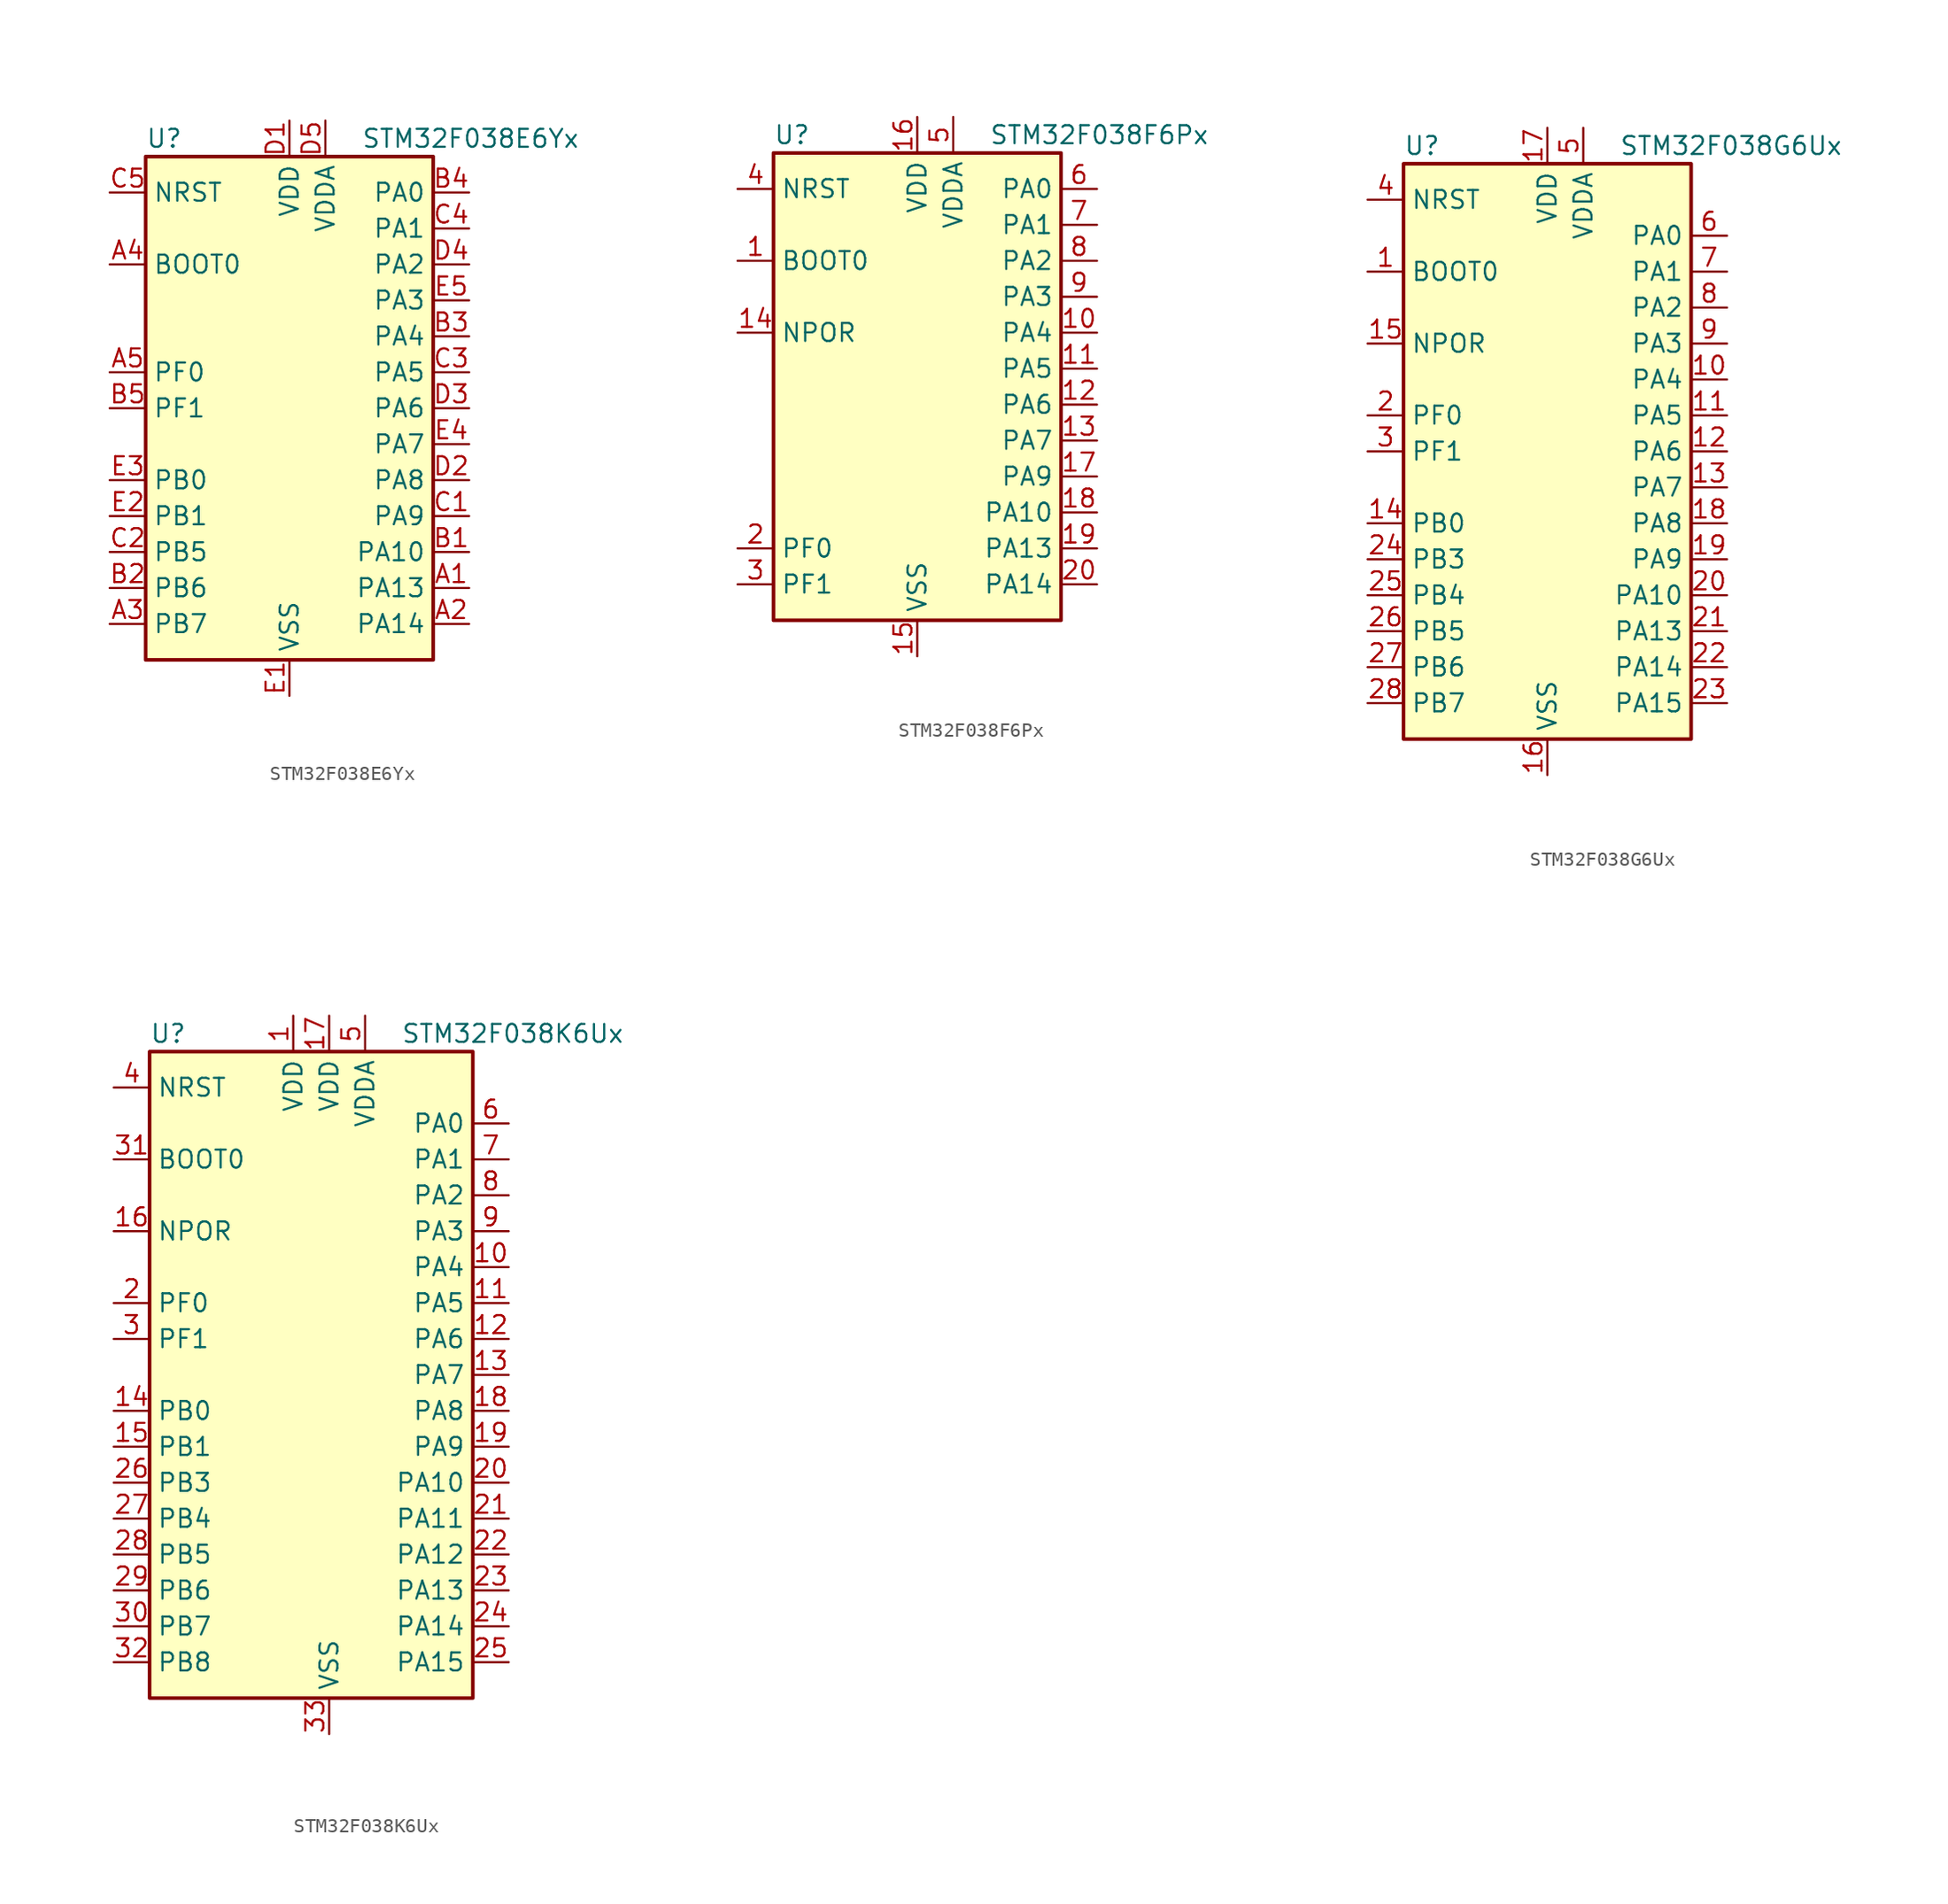
<source format=kicad_sym>
(kicad_symbol_lib
  (version 20201005)
  (generator kicad_symbol_editor)
  (symbol "STM32F038E6Yx"
    (property "Reference" "U"
      (at -10.16 19.05 0)
      (effects (font (size 1.27 1.27)) (justify left)))
    (property "Value" "STM32F038E6Yx"
      (at 5.08 19.05 0)
      (effects (font (size 1.27 1.27)) (justify left)))
    (symbol "STM32F038E6Yx_0_1"
      (rectangle (start -10.16 -17.78) (end 10.16 17.78) (stroke (width 0.254)) (fill (type background))))
    (symbol "STM32F038E6Yx_1_1"
      (pin bidirectional line (at 12.7 -12.7 180) (length 2.54) (name "PA13" (effects (font (size 1.27 1.27)))) (number "A1" (effects (font (size 1.27 1.27)))))
      (pin bidirectional line (at 12.7 -15.24 180) (length 2.54) (name "PA14" (effects (font (size 1.27 1.27)))) (number "A2" (effects (font (size 1.27 1.27)))))
      (pin bidirectional line (at -12.7 -15.24 0) (length 2.54) (name "PB7" (effects (font (size 1.27 1.27)))) (number "A3" (effects (font (size 1.27 1.27)))))
      (pin input line (at -12.7 10.16 0) (length 2.54) (name "BOOT0" (effects (font (size 1.27 1.27)))) (number "A4" (effects (font (size 1.27 1.27)))))
      (pin input line (at -12.7 2.54 0) (length 2.54) (name "PF0" (effects (font (size 1.27 1.27)))) (number "A5" (effects (font (size 1.27 1.27)))))
      (pin bidirectional line (at 12.7 -10.16 180) (length 2.54) (name "PA10" (effects (font (size 1.27 1.27)))) (number "B1" (effects (font (size 1.27 1.27)))))
      (pin bidirectional line (at -12.7 -12.7 0) (length 2.54) (name "PB6" (effects (font (size 1.27 1.27)))) (number "B2" (effects (font (size 1.27 1.27)))))
      (pin bidirectional line (at 12.7 5.08 180) (length 2.54) (name "PA4" (effects (font (size 1.27 1.27)))) (number "B3" (effects (font (size 1.27 1.27)))))
      (pin bidirectional line (at 12.7 15.24 180) (length 2.54) (name "PA0" (effects (font (size 1.27 1.27)))) (number "B4" (effects (font (size 1.27 1.27)))))
      (pin input line (at -12.7 0 0) (length 2.54) (name "PF1" (effects (font (size 1.27 1.27)))) (number "B5" (effects (font (size 1.27 1.27)))))
      (pin bidirectional line (at 12.7 -7.62 180) (length 2.54) (name "PA9" (effects (font (size 1.27 1.27)))) (number "C1" (effects (font (size 1.27 1.27)))))
      (pin bidirectional line (at -12.7 -10.16 0) (length 2.54) (name "PB5" (effects (font (size 1.27 1.27)))) (number "C2" (effects (font (size 1.27 1.27)))))
      (pin bidirectional line (at 12.7 2.54 180) (length 2.54) (name "PA5" (effects (font (size 1.27 1.27)))) (number "C3" (effects (font (size 1.27 1.27)))))
      (pin bidirectional line (at 12.7 12.7 180) (length 2.54) (name "PA1" (effects (font (size 1.27 1.27)))) (number "C4" (effects (font (size 1.27 1.27)))))
      (pin input line (at -12.7 15.24 0) (length 2.54) (name "NRST" (effects (font (size 1.27 1.27)))) (number "C5" (effects (font (size 1.27 1.27)))))
      (pin power_in line (at 0 20.32 270) (length 2.54) (name "VDD" (effects (font (size 1.27 1.27)))) (number "D1" (effects (font (size 1.27 1.27)))))
      (pin bidirectional line (at 12.7 -5.08 180) (length 2.54) (name "PA8" (effects (font (size 1.27 1.27)))) (number "D2" (effects (font (size 1.27 1.27)))))
      (pin bidirectional line (at 12.7 0 180) (length 2.54) (name "PA6" (effects (font (size 1.27 1.27)))) (number "D3" (effects (font (size 1.27 1.27)))))
      (pin bidirectional line (at 12.7 10.16 180) (length 2.54) (name "PA2" (effects (font (size 1.27 1.27)))) (number "D4" (effects (font (size 1.27 1.27)))))
      (pin power_in line (at 2.54 20.32 270) (length 2.54) (name "VDDA" (effects (font (size 1.27 1.27)))) (number "D5" (effects (font (size 1.27 1.27)))))
      (pin power_in line (at 0 -20.32 90) (length 2.54) (name "VSS" (effects (font (size 1.27 1.27)))) (number "E1" (effects (font (size 1.27 1.27)))))
      (pin bidirectional line (at -12.7 -7.62 0) (length 2.54) (name "PB1" (effects (font (size 1.27 1.27)))) (number "E2" (effects (font (size 1.27 1.27)))))
      (pin bidirectional line (at -12.7 -5.08 0) (length 2.54) (name "PB0" (effects (font (size 1.27 1.27)))) (number "E3" (effects (font (size 1.27 1.27)))))
      (pin bidirectional line (at 12.7 -2.54 180) (length 2.54) (name "PA7" (effects (font (size 1.27 1.27)))) (number "E4" (effects (font (size 1.27 1.27)))))
      (pin bidirectional line (at 12.7 7.62 180) (length 2.54) (name "PA3" (effects (font (size 1.27 1.27)))) (number "E5" (effects (font (size 1.27 1.27)))))))
  (symbol "STM32F038F6Px"
    (property "Reference" "U"
      (at -10.16 16.51 0)
      (effects (font (size 1.27 1.27)) (justify left)))
    (property "Value" "STM32F038F6Px"
      (at 5.08 16.51 0)
      (effects (font (size 1.27 1.27)) (justify left)))
    (symbol "STM32F038F6Px_0_1"
      (rectangle (start -10.16 -17.78) (end 10.16 15.24) (stroke (width 0.254)) (fill (type background))))
    (symbol "STM32F038F6Px_1_1"
      (pin input line (at -12.7 7.62 0) (length 2.54) (name "BOOT0" (effects (font (size 1.27 1.27)))) (number "1" (effects (font (size 1.27 1.27)))))
      (pin bidirectional line (at 12.7 2.54 180) (length 2.54) (name "PA4" (effects (font (size 1.27 1.27)))) (number "10" (effects (font (size 1.27 1.27)))))
      (pin bidirectional line (at 12.7 0 180) (length 2.54) (name "PA5" (effects (font (size 1.27 1.27)))) (number "11" (effects (font (size 1.27 1.27)))))
      (pin bidirectional line (at 12.7 -2.54 180) (length 2.54) (name "PA6" (effects (font (size 1.27 1.27)))) (number "12" (effects (font (size 1.27 1.27)))))
      (pin bidirectional line (at 12.7 -5.08 180) (length 2.54) (name "PA7" (effects (font (size 1.27 1.27)))) (number "13" (effects (font (size 1.27 1.27)))))
      (pin power_in line (at -12.7 2.54 0) (length 2.54) (name "NPOR" (effects (font (size 1.27 1.27)))) (number "14" (effects (font (size 1.27 1.27)))))
      (pin power_in line (at 0 -20.32 90) (length 2.54) (name "VSS" (effects (font (size 1.27 1.27)))) (number "15" (effects (font (size 1.27 1.27)))))
      (pin power_in line (at 0 17.78 270) (length 2.54) (name "VDD" (effects (font (size 1.27 1.27)))) (number "16" (effects (font (size 1.27 1.27)))))
      (pin bidirectional line (at 12.7 -7.62 180) (length 2.54) (name "PA9" (effects (font (size 1.27 1.27)))) (number "17" (effects (font (size 1.27 1.27)))))
      (pin bidirectional line (at 12.7 -10.16 180) (length 2.54) (name "PA10" (effects (font (size 1.27 1.27)))) (number "18" (effects (font (size 1.27 1.27)))))
      (pin bidirectional line (at 12.7 -12.7 180) (length 2.54) (name "PA13" (effects (font (size 1.27 1.27)))) (number "19" (effects (font (size 1.27 1.27)))))
      (pin input line (at -12.7 -12.7 0) (length 2.54) (name "PF0" (effects (font (size 1.27 1.27)))) (number "2" (effects (font (size 1.27 1.27)))))
      (pin bidirectional line (at 12.7 -15.24 180) (length 2.54) (name "PA14" (effects (font (size 1.27 1.27)))) (number "20" (effects (font (size 1.27 1.27)))))
      (pin input line (at -12.7 -15.24 0) (length 2.54) (name "PF1" (effects (font (size 1.27 1.27)))) (number "3" (effects (font (size 1.27 1.27)))))
      (pin input line (at -12.7 12.7 0) (length 2.54) (name "NRST" (effects (font (size 1.27 1.27)))) (number "4" (effects (font (size 1.27 1.27)))))
      (pin power_in line (at 2.54 17.78 270) (length 2.54) (name "VDDA" (effects (font (size 1.27 1.27)))) (number "5" (effects (font (size 1.27 1.27)))))
      (pin bidirectional line (at 12.7 12.7 180) (length 2.54) (name "PA0" (effects (font (size 1.27 1.27)))) (number "6" (effects (font (size 1.27 1.27)))))
      (pin bidirectional line (at 12.7 10.16 180) (length 2.54) (name "PA1" (effects (font (size 1.27 1.27)))) (number "7" (effects (font (size 1.27 1.27)))))
      (pin bidirectional line (at 12.7 7.62 180) (length 2.54) (name "PA2" (effects (font (size 1.27 1.27)))) (number "8" (effects (font (size 1.27 1.27)))))
      (pin bidirectional line (at 12.7 5.08 180) (length 2.54) (name "PA3" (effects (font (size 1.27 1.27)))) (number "9" (effects (font (size 1.27 1.27)))))))
  (symbol "STM32F038G6Ux"
    (property "Reference" "U"
      (at -10.16 21.59 0)
      (effects (font (size 1.27 1.27)) (justify left)))
    (property "Value" "STM32F038G6Ux"
      (at 5.08 21.59 0)
      (effects (font (size 1.27 1.27)) (justify left)))
    (symbol "STM32F038G6Ux_0_1"
      (rectangle (start -10.16 -20.32) (end 10.16 20.32) (stroke (width 0.254)) (fill (type background))))
    (symbol "STM32F038G6Ux_1_1"
      (pin input line (at -12.7 12.7 0) (length 2.54) (name "BOOT0" (effects (font (size 1.27 1.27)))) (number "1" (effects (font (size 1.27 1.27)))))
      (pin bidirectional line (at 12.7 5.08 180) (length 2.54) (name "PA4" (effects (font (size 1.27 1.27)))) (number "10" (effects (font (size 1.27 1.27)))))
      (pin bidirectional line (at 12.7 2.54 180) (length 2.54) (name "PA5" (effects (font (size 1.27 1.27)))) (number "11" (effects (font (size 1.27 1.27)))))
      (pin bidirectional line (at 12.7 0 180) (length 2.54) (name "PA6" (effects (font (size 1.27 1.27)))) (number "12" (effects (font (size 1.27 1.27)))))
      (pin bidirectional line (at 12.7 -2.54 180) (length 2.54) (name "PA7" (effects (font (size 1.27 1.27)))) (number "13" (effects (font (size 1.27 1.27)))))
      (pin bidirectional line (at -12.7 -5.08 0) (length 2.54) (name "PB0" (effects (font (size 1.27 1.27)))) (number "14" (effects (font (size 1.27 1.27)))))
      (pin power_in line (at -12.7 7.62 0) (length 2.54) (name "NPOR" (effects (font (size 1.27 1.27)))) (number "15" (effects (font (size 1.27 1.27)))))
      (pin power_in line (at 0 -22.86 90) (length 2.54) (name "VSS" (effects (font (size 1.27 1.27)))) (number "16" (effects (font (size 1.27 1.27)))))
      (pin power_in line (at 0 22.86 270) (length 2.54) (name "VDD" (effects (font (size 1.27 1.27)))) (number "17" (effects (font (size 1.27 1.27)))))
      (pin bidirectional line (at 12.7 -5.08 180) (length 2.54) (name "PA8" (effects (font (size 1.27 1.27)))) (number "18" (effects (font (size 1.27 1.27)))))
      (pin bidirectional line (at 12.7 -7.62 180) (length 2.54) (name "PA9" (effects (font (size 1.27 1.27)))) (number "19" (effects (font (size 1.27 1.27)))))
      (pin input line (at -12.7 2.54 0) (length 2.54) (name "PF0" (effects (font (size 1.27 1.27)))) (number "2" (effects (font (size 1.27 1.27)))))
      (pin bidirectional line (at 12.7 -10.16 180) (length 2.54) (name "PA10" (effects (font (size 1.27 1.27)))) (number "20" (effects (font (size 1.27 1.27)))))
      (pin bidirectional line (at 12.7 -12.7 180) (length 2.54) (name "PA13" (effects (font (size 1.27 1.27)))) (number "21" (effects (font (size 1.27 1.27)))))
      (pin bidirectional line (at 12.7 -15.24 180) (length 2.54) (name "PA14" (effects (font (size 1.27 1.27)))) (number "22" (effects (font (size 1.27 1.27)))))
      (pin bidirectional line (at 12.7 -17.78 180) (length 2.54) (name "PA15" (effects (font (size 1.27 1.27)))) (number "23" (effects (font (size 1.27 1.27)))))
      (pin bidirectional line (at -12.7 -7.62 0) (length 2.54) (name "PB3" (effects (font (size 1.27 1.27)))) (number "24" (effects (font (size 1.27 1.27)))))
      (pin bidirectional line (at -12.7 -10.16 0) (length 2.54) (name "PB4" (effects (font (size 1.27 1.27)))) (number "25" (effects (font (size 1.27 1.27)))))
      (pin bidirectional line (at -12.7 -12.7 0) (length 2.54) (name "PB5" (effects (font (size 1.27 1.27)))) (number "26" (effects (font (size 1.27 1.27)))))
      (pin bidirectional line (at -12.7 -15.24 0) (length 2.54) (name "PB6" (effects (font (size 1.27 1.27)))) (number "27" (effects (font (size 1.27 1.27)))))
      (pin bidirectional line (at -12.7 -17.78 0) (length 2.54) (name "PB7" (effects (font (size 1.27 1.27)))) (number "28" (effects (font (size 1.27 1.27)))))
      (pin input line (at -12.7 0 0) (length 2.54) (name "PF1" (effects (font (size 1.27 1.27)))) (number "3" (effects (font (size 1.27 1.27)))))
      (pin input line (at -12.7 17.78 0) (length 2.54) (name "NRST" (effects (font (size 1.27 1.27)))) (number "4" (effects (font (size 1.27 1.27)))))
      (pin power_in line (at 2.54 22.86 270) (length 2.54) (name "VDDA" (effects (font (size 1.27 1.27)))) (number "5" (effects (font (size 1.27 1.27)))))
      (pin bidirectional line (at 12.7 15.24 180) (length 2.54) (name "PA0" (effects (font (size 1.27 1.27)))) (number "6" (effects (font (size 1.27 1.27)))))
      (pin bidirectional line (at 12.7 12.7 180) (length 2.54) (name "PA1" (effects (font (size 1.27 1.27)))) (number "7" (effects (font (size 1.27 1.27)))))
      (pin bidirectional line (at 12.7 10.16 180) (length 2.54) (name "PA2" (effects (font (size 1.27 1.27)))) (number "8" (effects (font (size 1.27 1.27)))))
      (pin bidirectional line (at 12.7 7.62 180) (length 2.54) (name "PA3" (effects (font (size 1.27 1.27)))) (number "9" (effects (font (size 1.27 1.27)))))))
  (symbol "STM32F038K6Ux"
    (property "Reference" "U"
      (at -12.7 24.13 0)
      (effects (font (size 1.27 1.27)) (justify left)))
    (property "Value" "STM32F038K6Ux"
      (at 5.08 24.13 0)
      (effects (font (size 1.27 1.27)) (justify left)))
    (symbol "STM32F038K6Ux_0_1"
      (rectangle (start -12.7 -22.86) (end 10.16 22.86) (stroke (width 0.254)) (fill (type background))))
    (symbol "STM32F038K6Ux_1_1"
      (pin power_in line (at -2.54 25.4 270) (length 2.54) (name "VDD" (effects (font (size 1.27 1.27)))) (number "1" (effects (font (size 1.27 1.27)))))
      (pin bidirectional line (at 12.7 7.62 180) (length 2.54) (name "PA4" (effects (font (size 1.27 1.27)))) (number "10" (effects (font (size 1.27 1.27)))))
      (pin bidirectional line (at 12.7 5.08 180) (length 2.54) (name "PA5" (effects (font (size 1.27 1.27)))) (number "11" (effects (font (size 1.27 1.27)))))
      (pin bidirectional line (at 12.7 2.54 180) (length 2.54) (name "PA6" (effects (font (size 1.27 1.27)))) (number "12" (effects (font (size 1.27 1.27)))))
      (pin bidirectional line (at 12.7 0 180) (length 2.54) (name "PA7" (effects (font (size 1.27 1.27)))) (number "13" (effects (font (size 1.27 1.27)))))
      (pin bidirectional line (at -15.24 -2.54 0) (length 2.54) (name "PB0" (effects (font (size 1.27 1.27)))) (number "14" (effects (font (size 1.27 1.27)))))
      (pin bidirectional line (at -15.24 -5.08 0) (length 2.54) (name "PB1" (effects (font (size 1.27 1.27)))) (number "15" (effects (font (size 1.27 1.27)))))
      (pin power_in line (at -15.24 10.16 0) (length 2.54) (name "NPOR" (effects (font (size 1.27 1.27)))) (number "16" (effects (font (size 1.27 1.27)))))
      (pin power_in line (at 0 25.4 270) (length 2.54) (name "VDD" (effects (font (size 1.27 1.27)))) (number "17" (effects (font (size 1.27 1.27)))))
      (pin bidirectional line (at 12.7 -2.54 180) (length 2.54) (name "PA8" (effects (font (size 1.27 1.27)))) (number "18" (effects (font (size 1.27 1.27)))))
      (pin bidirectional line (at 12.7 -5.08 180) (length 2.54) (name "PA9" (effects (font (size 1.27 1.27)))) (number "19" (effects (font (size 1.27 1.27)))))
      (pin input line (at -15.24 5.08 0) (length 2.54) (name "PF0" (effects (font (size 1.27 1.27)))) (number "2" (effects (font (size 1.27 1.27)))))
      (pin bidirectional line (at 12.7 -7.62 180) (length 2.54) (name "PA10" (effects (font (size 1.27 1.27)))) (number "20" (effects (font (size 1.27 1.27)))))
      (pin bidirectional line (at 12.7 -10.16 180) (length 2.54) (name "PA11" (effects (font (size 1.27 1.27)))) (number "21" (effects (font (size 1.27 1.27)))))
      (pin bidirectional line (at 12.7 -12.7 180) (length 2.54) (name "PA12" (effects (font (size 1.27 1.27)))) (number "22" (effects (font (size 1.27 1.27)))))
      (pin bidirectional line (at 12.7 -15.24 180) (length 2.54) (name "PA13" (effects (font (size 1.27 1.27)))) (number "23" (effects (font (size 1.27 1.27)))))
      (pin bidirectional line (at 12.7 -17.78 180) (length 2.54) (name "PA14" (effects (font (size 1.27 1.27)))) (number "24" (effects (font (size 1.27 1.27)))))
      (pin bidirectional line (at 12.7 -20.32 180) (length 2.54) (name "PA15" (effects (font (size 1.27 1.27)))) (number "25" (effects (font (size 1.27 1.27)))))
      (pin bidirectional line (at -15.24 -7.62 0) (length 2.54) (name "PB3" (effects (font (size 1.27 1.27)))) (number "26" (effects (font (size 1.27 1.27)))))
      (pin bidirectional line (at -15.24 -10.16 0) (length 2.54) (name "PB4" (effects (font (size 1.27 1.27)))) (number "27" (effects (font (size 1.27 1.27)))))
      (pin bidirectional line (at -15.24 -12.7 0) (length 2.54) (name "PB5" (effects (font (size 1.27 1.27)))) (number "28" (effects (font (size 1.27 1.27)))))
      (pin bidirectional line (at -15.24 -15.24 0) (length 2.54) (name "PB6" (effects (font (size 1.27 1.27)))) (number "29" (effects (font (size 1.27 1.27)))))
      (pin input line (at -15.24 2.54 0) (length 2.54) (name "PF1" (effects (font (size 1.27 1.27)))) (number "3" (effects (font (size 1.27 1.27)))))
      (pin bidirectional line (at -15.24 -17.78 0) (length 2.54) (name "PB7" (effects (font (size 1.27 1.27)))) (number "30" (effects (font (size 1.27 1.27)))))
      (pin input line (at -15.24 15.24 0) (length 2.54) (name "BOOT0" (effects (font (size 1.27 1.27)))) (number "31" (effects (font (size 1.27 1.27)))))
      (pin bidirectional line (at -15.24 -20.32 0) (length 2.54) (name "PB8" (effects (font (size 1.27 1.27)))) (number "32" (effects (font (size 1.27 1.27)))))
      (pin power_in line (at 0 -25.4 90) (length 2.54) (name "VSS" (effects (font (size 1.27 1.27)))) (number "33" (effects (font (size 1.27 1.27)))))
      (pin input line (at -15.24 20.32 0) (length 2.54) (name "NRST" (effects (font (size 1.27 1.27)))) (number "4" (effects (font (size 1.27 1.27)))))
      (pin power_in line (at 2.54 25.4 270) (length 2.54) (name "VDDA" (effects (font (size 1.27 1.27)))) (number "5" (effects (font (size 1.27 1.27)))))
      (pin bidirectional line (at 12.7 17.78 180) (length 2.54) (name "PA0" (effects (font (size 1.27 1.27)))) (number "6" (effects (font (size 1.27 1.27)))))
      (pin bidirectional line (at 12.7 15.24 180) (length 2.54) (name "PA1" (effects (font (size 1.27 1.27)))) (number "7" (effects (font (size 1.27 1.27)))))
      (pin bidirectional line (at 12.7 12.7 180) (length 2.54) (name "PA2" (effects (font (size 1.27 1.27)))) (number "8" (effects (font (size 1.27 1.27)))))
      (pin bidirectional line (at 12.7 10.16 180) (length 2.54) (name "PA3" (effects (font (size 1.27 1.27)))) (number "9" (effects (font (size 1.27 1.27))))))))
</source>
